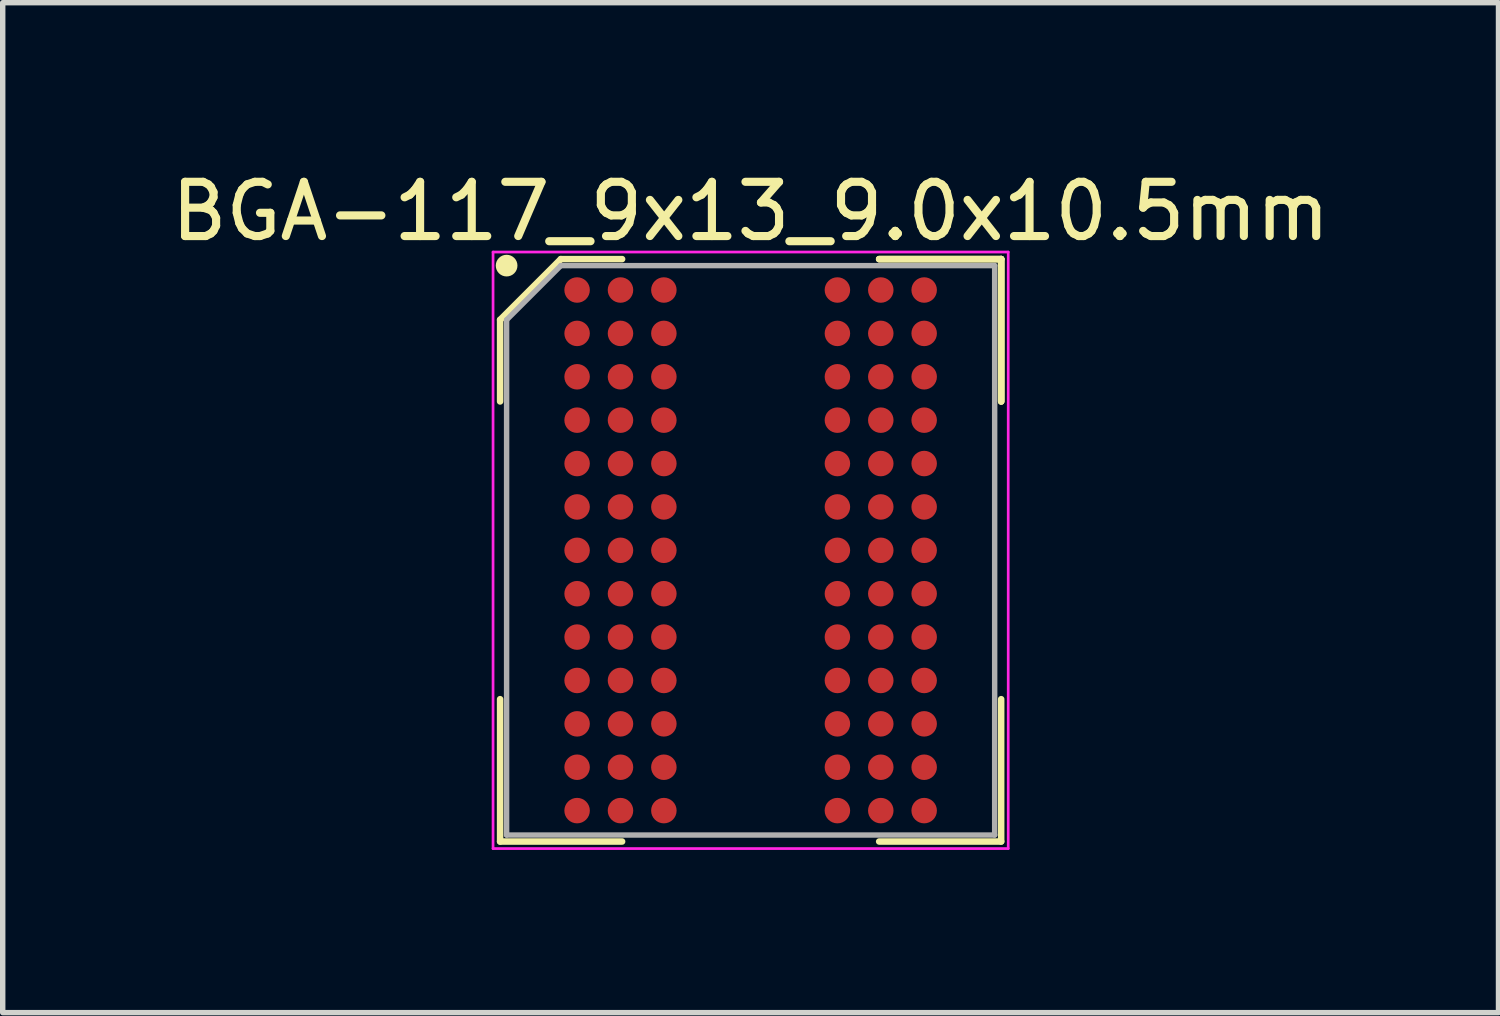
<source format=kicad_pcb>
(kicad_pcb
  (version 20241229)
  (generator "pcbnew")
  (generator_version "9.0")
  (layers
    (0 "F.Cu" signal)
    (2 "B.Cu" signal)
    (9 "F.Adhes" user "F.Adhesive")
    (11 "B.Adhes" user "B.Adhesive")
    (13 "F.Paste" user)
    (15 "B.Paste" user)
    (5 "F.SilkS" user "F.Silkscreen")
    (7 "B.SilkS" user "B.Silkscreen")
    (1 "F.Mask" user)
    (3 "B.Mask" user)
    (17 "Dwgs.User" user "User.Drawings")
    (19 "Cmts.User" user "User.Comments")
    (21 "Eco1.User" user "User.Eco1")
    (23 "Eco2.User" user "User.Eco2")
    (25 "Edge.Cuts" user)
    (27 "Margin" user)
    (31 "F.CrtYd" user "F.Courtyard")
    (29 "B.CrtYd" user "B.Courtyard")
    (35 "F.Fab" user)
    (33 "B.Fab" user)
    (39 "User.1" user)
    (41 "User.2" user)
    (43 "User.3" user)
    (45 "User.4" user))
  (footprint "BGA-117_9x13_9.0x10.5mm"
    (layer "F.Cu")
    (at 10.792 7.098)
    (property "Reference" "BGA-117_9x13_9.0x10.5mm" (at 0 -6.25 0) (layer "F.SilkS") (effects (font (size 1 1) (thickness 0.15))))
    (attr smd)
    (fp_line (start -4.62 -4.25) (end -4.62 -2.745) (stroke (width 0.12) (type solid)) (layer "F.SilkS"))
    (fp_line (start -4.62 5.37) (end -4.62 2.745) (stroke (width 0.12) (type solid)) (layer "F.SilkS"))
    (fp_line (start -3.5 -5.37) (end -4.62 -4.25) (stroke (width 0.12) (type solid)) (layer "F.SilkS"))
    (fp_line (start -2.37 -5.37) (end -3.5 -5.37) (stroke (width 0.12) (type solid)) (layer "F.SilkS"))
    (fp_line (start -2.37 5.37) (end -4.62 5.37) (stroke (width 0.12) (type solid)) (layer "F.SilkS"))
    (fp_line (start 2.37 -5.37) (end 4.62 -5.37) (stroke (width 0.12) (type solid)) (layer "F.SilkS"))
    (fp_line (start 2.37 -5.37) (end 4.62 -5.37) (stroke (width 0.12) (type solid)) (layer "F.SilkS"))
    (fp_line (start 2.37 -5.37) (end 4.62 -5.37) (stroke (width 0.12) (type solid)) (layer "F.SilkS"))
    (fp_line (start 2.37 5.37) (end 4.62 5.37) (stroke (width 0.12) (type solid)) (layer "F.SilkS"))
    (fp_line (start 4.62 -5.37) (end 4.62 -2.745) (stroke (width 0.12) (type solid)) (layer "F.SilkS"))
    (fp_line (start 4.62 -5.37) (end 4.62 -2.745) (stroke (width 0.12) (type solid)) (layer "F.SilkS"))
    (fp_line (start 4.62 -5.37) (end 4.62 -2.745) (stroke (width 0.12) (type solid)) (layer "F.SilkS"))
    (fp_line (start 4.62 5.37) (end 4.62 2.745) (stroke (width 0.12) (type solid)) (layer "F.SilkS"))
    (fp_circle (center -4.5 -5.25) (end -4.5 -5.15) (stroke (width 0.2) (type solid)) (fill no) (layer "F.SilkS"))
    (fp_line (start -4.75 -5.5) (end 4.75 -5.5) (stroke (width 0.05) (type solid)) (layer "F.CrtYd"))
    (fp_line (start -4.75 5.5) (end -4.75 -5.5) (stroke (width 0.05) (type solid)) (layer "F.CrtYd"))
    (fp_line (start 4.75 -5.5) (end 4.75 5.5) (stroke (width 0.05) (type solid)) (layer "F.CrtYd"))
    (fp_line (start 4.75 5.5) (end -4.75 5.5) (stroke (width 0.05) (type solid)) (layer "F.CrtYd"))
    (fp_line (start -4.5 -4.25) (end -4.5 5.25) (stroke (width 0.1) (type solid)) (layer "F.Fab"))
    (fp_line (start -4.5 5.25) (end 4.5 5.25) (stroke (width 0.1) (type solid)) (layer "F.Fab"))
    (fp_line (start -3.5 -5.25) (end -4.5 -4.25) (stroke (width 0.1) (type solid)) (layer "F.Fab"))
    (fp_line (start 4.5 -5.25) (end -3.5 -5.25) (stroke (width 0.1) (type solid)) (layer "F.Fab"))
    (fp_line (start 4.5 5.25) (end 4.5 -5.25) (stroke (width 0.1) (type solid)) (layer "F.Fab"))
    (pad "A1" smd circle (at -3.2 -4.8) (size 0.47 0.47) (layers "F.Cu" "F.Mask" "F.Paste"))
    (pad "A2" smd circle (at -2.4 -4.8) (size 0.47 0.47) (layers "F.Cu" "F.Mask" "F.Paste"))
    (pad "A3" smd circle (at -1.6 -4.8) (size 0.47 0.47) (layers "F.Cu" "F.Mask" "F.Paste"))
    (pad "A7" smd circle (at 1.6 -4.8) (size 0.47 0.47) (layers "F.Cu" "F.Mask" "F.Paste"))
    (pad "A8" smd circle (at 2.4 -4.8) (size 0.47 0.47) (layers "F.Cu" "F.Mask" "F.Paste"))
    (pad "A9" smd circle (at 3.2 -4.8) (size 0.47 0.47) (layers "F.Cu" "F.Mask" "F.Paste"))
    (pad "B1" smd circle (at -3.2 -4) (size 0.47 0.47) (layers "F.Cu" "F.Mask" "F.Paste"))
    (pad "B2" smd circle (at -2.4 -4) (size 0.47 0.47) (layers "F.Cu" "F.Mask" "F.Paste"))
    (pad "B3" smd circle (at -1.6 -4) (size 0.47 0.47) (layers "F.Cu" "F.Mask" "F.Paste"))
    (pad "B7" smd circle (at 1.6 -4) (size 0.47 0.47) (layers "F.Cu" "F.Mask" "F.Paste"))
    (pad "B8" smd circle (at 2.4 -4) (size 0.47 0.47) (layers "F.Cu" "F.Mask" "F.Paste"))
    (pad "B9" smd circle (at 3.2 -4) (size 0.47 0.47) (layers "F.Cu" "F.Mask" "F.Paste"))
    (pad "C1" smd circle (at -3.2 -3.2) (size 0.47 0.47) (layers "F.Cu" "F.Mask" "F.Paste"))
    (pad "C2" smd circle (at -2.4 -3.2) (size 0.47 0.47) (layers "F.Cu" "F.Mask" "F.Paste"))
    (pad "C3" smd circle (at -1.6 -3.2) (size 0.47 0.47) (layers "F.Cu" "F.Mask" "F.Paste"))
    (pad "C7" smd circle (at 1.6 -3.2) (size 0.47 0.47) (layers "F.Cu" "F.Mask" "F.Paste"))
    (pad "C8" smd circle (at 2.4 -3.2) (size 0.47 0.47) (layers "F.Cu" "F.Mask" "F.Paste"))
    (pad "C9" smd circle (at 3.2 -3.2) (size 0.47 0.47) (layers "F.Cu" "F.Mask" "F.Paste"))
    (pad "D1" smd circle (at -3.2 -2.4) (size 0.47 0.47) (layers "F.Cu" "F.Mask" "F.Paste"))
    (pad "D2" smd circle (at -2.4 -2.4) (size 0.47 0.47) (layers "F.Cu" "F.Mask" "F.Paste"))
    (pad "D3" smd circle (at -1.6 -2.4) (size 0.47 0.47) (layers "F.Cu" "F.Mask" "F.Paste"))
    (pad "D7" smd circle (at 1.6 -2.4) (size 0.47 0.47) (layers "F.Cu" "F.Mask" "F.Paste"))
    (pad "D8" smd circle (at 2.4 -2.4) (size 0.47 0.47) (layers "F.Cu" "F.Mask" "F.Paste"))
    (pad "D9" smd circle (at 3.2 -2.4) (size 0.47 0.47) (layers "F.Cu" "F.Mask" "F.Paste"))
    (pad "E1" smd circle (at -3.2 -1.6) (size 0.47 0.47) (layers "F.Cu" "F.Mask" "F.Paste"))
    (pad "E2" smd circle (at -2.4 -1.6) (size 0.47 0.47) (layers "F.Cu" "F.Mask" "F.Paste"))
    (pad "E3" smd circle (at -1.6 -1.6) (size 0.47 0.47) (layers "F.Cu" "F.Mask" "F.Paste"))
    (pad "E7" smd circle (at 1.6 -1.6) (size 0.47 0.47) (layers "F.Cu" "F.Mask" "F.Paste"))
    (pad "E8" smd circle (at 2.4 -1.6) (size 0.47 0.47) (layers "F.Cu" "F.Mask" "F.Paste"))
    (pad "E9" smd circle (at 3.2 -1.6) (size 0.47 0.47) (layers "F.Cu" "F.Mask" "F.Paste"))
    (pad "F1" smd circle (at -3.2 -0.8) (size 0.47 0.47) (layers "F.Cu" "F.Mask" "F.Paste"))
    (pad "F2" smd circle (at -2.4 -0.8) (size 0.47 0.47) (layers "F.Cu" "F.Mask" "F.Paste"))
    (pad "F3" smd circle (at -1.6 -0.8) (size 0.47 0.47) (layers "F.Cu" "F.Mask" "F.Paste"))
    (pad "F7" smd circle (at 1.6 -0.8) (size 0.47 0.47) (layers "F.Cu" "F.Mask" "F.Paste"))
    (pad "F8" smd circle (at 2.4 -0.8) (size 0.47 0.47) (layers "F.Cu" "F.Mask" "F.Paste"))
    (pad "F9" smd circle (at 3.2 -0.8) (size 0.47 0.47) (layers "F.Cu" "F.Mask" "F.Paste"))
    (pad "G1" smd circle (at -3.2 0) (size 0.47 0.47) (layers "F.Cu" "F.Mask" "F.Paste"))
    (pad "G2" smd circle (at -2.4 0) (size 0.47 0.47) (layers "F.Cu" "F.Mask" "F.Paste"))
    (pad "G3" smd circle (at -1.6 0) (size 0.47 0.47) (layers "F.Cu" "F.Mask" "F.Paste"))
    (pad "G7" smd circle (at 1.6 0) (size 0.47 0.47) (layers "F.Cu" "F.Mask" "F.Paste"))
    (pad "G8" smd circle (at 2.4 0) (size 0.47 0.47) (layers "F.Cu" "F.Mask" "F.Paste"))
    (pad "G9" smd circle (at 3.2 0) (size 0.47 0.47) (layers "F.Cu" "F.Mask" "F.Paste"))
    (pad "H1" smd circle (at -3.2 0.8) (size 0.47 0.47) (layers "F.Cu" "F.Mask" "F.Paste"))
    (pad "H2" smd circle (at -2.4 0.8) (size 0.47 0.47) (layers "F.Cu" "F.Mask" "F.Paste"))
    (pad "H3" smd circle (at -1.6 0.8) (size 0.47 0.47) (layers "F.Cu" "F.Mask" "F.Paste"))
    (pad "H7" smd circle (at 1.6 0.8) (size 0.47 0.47) (layers "F.Cu" "F.Mask" "F.Paste"))
    (pad "H8" smd circle (at 2.4 0.8) (size 0.47 0.47) (layers "F.Cu" "F.Mask" "F.Paste"))
    (pad "H9" smd circle (at 3.2 0.8) (size 0.47 0.47) (layers "F.Cu" "F.Mask" "F.Paste"))
    (pad "J1" smd circle (at -3.2 1.6) (size 0.47 0.47) (layers "F.Cu" "F.Mask" "F.Paste"))
    (pad "J2" smd circle (at -2.4 1.6) (size 0.47 0.47) (layers "F.Cu" "F.Mask" "F.Paste"))
    (pad "J3" smd circle (at -1.6 1.6) (size 0.47 0.47) (layers "F.Cu" "F.Mask" "F.Paste"))
    (pad "J7" smd circle (at 1.6 1.6) (size 0.47 0.47) (layers "F.Cu" "F.Mask" "F.Paste"))
    (pad "J8" smd circle (at 2.4 1.6) (size 0.47 0.47) (layers "F.Cu" "F.Mask" "F.Paste"))
    (pad "J9" smd circle (at 3.2 1.6) (size 0.47 0.47) (layers "F.Cu" "F.Mask" "F.Paste"))
    (pad "K1" smd circle (at -3.2 2.4) (size 0.47 0.47) (layers "F.Cu" "F.Mask" "F.Paste"))
    (pad "K2" smd circle (at -2.4 2.4) (size 0.47 0.47) (layers "F.Cu" "F.Mask" "F.Paste"))
    (pad "K3" smd circle (at -1.6 2.4) (size 0.47 0.47) (layers "F.Cu" "F.Mask" "F.Paste"))
    (pad "K7" smd circle (at 1.6 2.4) (size 0.47 0.47) (layers "F.Cu" "F.Mask" "F.Paste"))
    (pad "K8" smd circle (at 2.4 2.4) (size 0.47 0.47) (layers "F.Cu" "F.Mask" "F.Paste"))
    (pad "K9" smd circle (at 3.2 2.4) (size 0.47 0.47) (layers "F.Cu" "F.Mask" "F.Paste"))
    (pad "L1" smd circle (at -3.2 3.2) (size 0.47 0.47) (layers "F.Cu" "F.Mask" "F.Paste"))
    (pad "L2" smd circle (at -2.4 3.2) (size 0.47 0.47) (layers "F.Cu" "F.Mask" "F.Paste"))
    (pad "L3" smd circle (at -1.6 3.2) (size 0.47 0.47) (layers "F.Cu" "F.Mask" "F.Paste"))
    (pad "L7" smd circle (at 1.6 3.2) (size 0.47 0.47) (layers "F.Cu" "F.Mask" "F.Paste"))
    (pad "L8" smd circle (at 2.4 3.2) (size 0.47 0.47) (layers "F.Cu" "F.Mask" "F.Paste"))
    (pad "L9" smd circle (at 3.2 3.2) (size 0.47 0.47) (layers "F.Cu" "F.Mask" "F.Paste"))
    (pad "M1" smd circle (at -3.2 4) (size 0.47 0.47) (layers "F.Cu" "F.Mask" "F.Paste"))
    (pad "M2" smd circle (at -2.4 4) (size 0.47 0.47) (layers "F.Cu" "F.Mask" "F.Paste"))
    (pad "M3" smd circle (at -1.6 4) (size 0.47 0.47) (layers "F.Cu" "F.Mask" "F.Paste"))
    (pad "M7" smd circle (at 1.6 4) (size 0.47 0.47) (layers "F.Cu" "F.Mask" "F.Paste"))
    (pad "M8" smd circle (at 2.4 4) (size 0.47 0.47) (layers "F.Cu" "F.Mask" "F.Paste"))
    (pad "M9" smd circle (at 3.2 4) (size 0.47 0.47) (layers "F.Cu" "F.Mask" "F.Paste"))
    (pad "N1" smd circle (at -3.2 4.8) (size 0.47 0.47) (layers "F.Cu" "F.Mask" "F.Paste"))
    (pad "N2" smd circle (at -2.4 4.8) (size 0.47 0.47) (layers "F.Cu" "F.Mask" "F.Paste"))
    (pad "N3" smd circle (at -1.6 4.8) (size 0.47 0.47) (layers "F.Cu" "F.Mask" "F.Paste"))
    (pad "N7" smd circle (at 1.6 4.8) (size 0.47 0.47) (layers "F.Cu" "F.Mask" "F.Paste"))
    (pad "N8" smd circle (at 2.4 4.8) (size 0.47 0.47) (layers "F.Cu" "F.Mask" "F.Paste"))
    (pad "N9" smd circle (at 3.2 4.8) (size 0.47 0.47) (layers "F.Cu" "F.Mask" "F.Paste")))
  (gr_rect
    (start -3 -3)
    (end 24.583 15.623)
    (stroke (width 0.1) (type default))
    (fill no)
    (layer "Edge.Cuts")))
</source>
